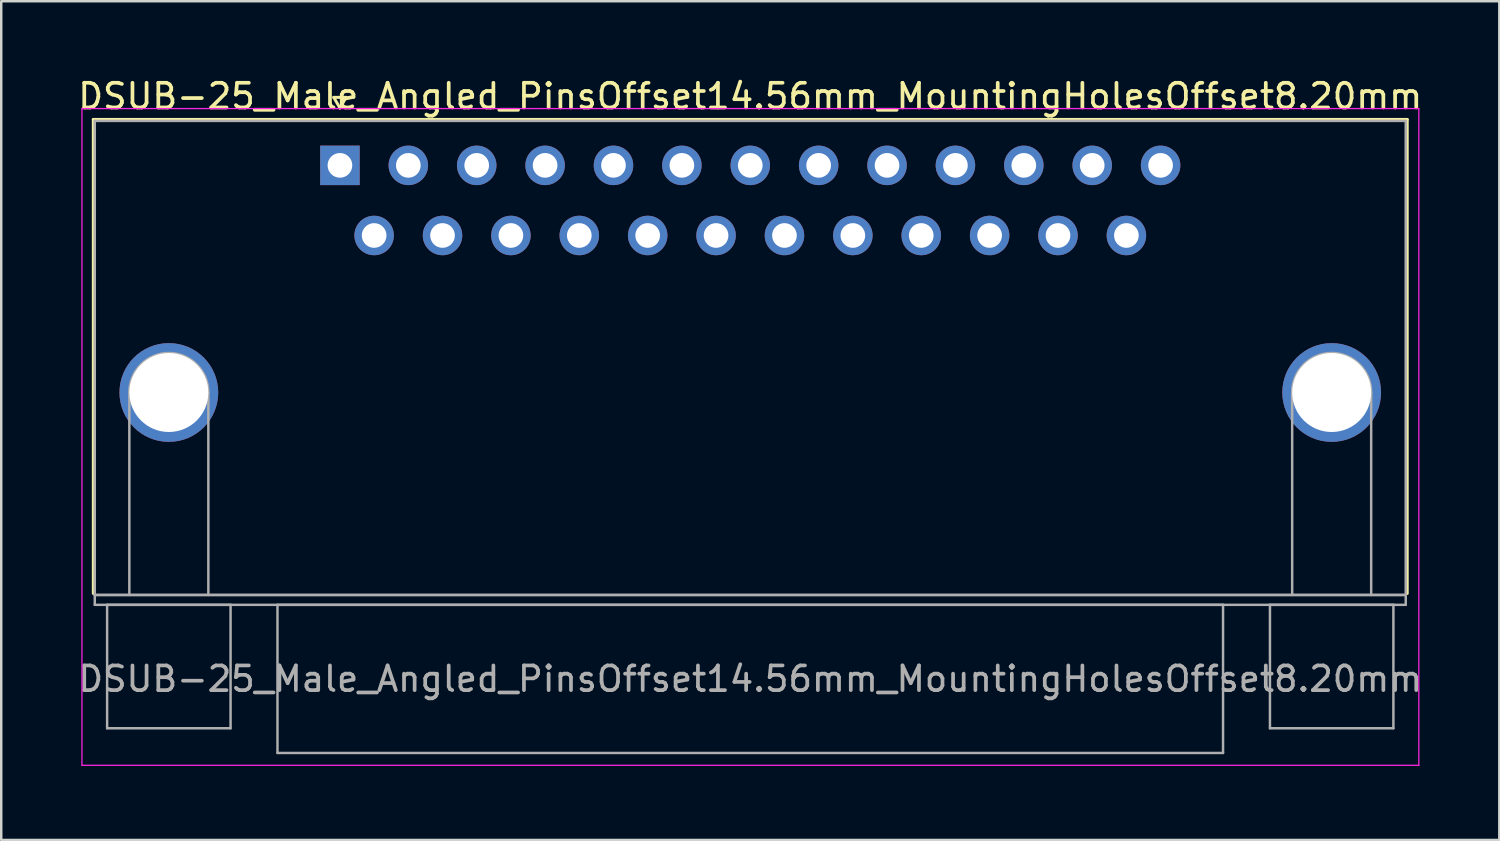
<source format=kicad_pcb>
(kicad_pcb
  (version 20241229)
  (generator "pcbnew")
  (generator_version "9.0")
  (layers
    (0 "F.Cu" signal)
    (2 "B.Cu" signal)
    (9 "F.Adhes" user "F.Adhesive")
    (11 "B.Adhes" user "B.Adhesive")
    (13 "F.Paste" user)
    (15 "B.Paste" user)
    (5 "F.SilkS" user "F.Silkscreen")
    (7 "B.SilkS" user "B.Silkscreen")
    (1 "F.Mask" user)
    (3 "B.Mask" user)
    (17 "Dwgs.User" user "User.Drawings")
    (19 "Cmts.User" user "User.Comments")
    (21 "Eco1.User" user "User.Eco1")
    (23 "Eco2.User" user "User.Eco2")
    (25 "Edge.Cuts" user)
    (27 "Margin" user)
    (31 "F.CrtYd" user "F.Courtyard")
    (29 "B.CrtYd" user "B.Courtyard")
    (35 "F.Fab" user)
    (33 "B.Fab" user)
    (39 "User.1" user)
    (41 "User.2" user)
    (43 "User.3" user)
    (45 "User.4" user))
  (footprint "DSUB-25_Male_Angled_PinsOffset14.56mm_MountingHolesOffset8.20mm"
    (layer "F.Cu")
    (at 10.719 3.648)
    (property "Reference" "DSUB-25_Male_Angled_PinsOffset14.56mm_MountingHolesOffset8.20mm" (at 16.62 -2.8 0) (layer "F.SilkS") (effects (font (size 1 1) (thickness 0.15))))
    (attr through_hole)
    (fp_line (start -9.99 -1.86) (end 43.23 -1.86) (stroke (width 0.12) (type solid)) (layer "F.SilkS"))
    (fp_line (start -9.99 17.34) (end -9.99 -1.86) (stroke (width 0.12) (type solid)) (layer "F.SilkS"))
    (fp_line (start -0.25 -2.754) (end 0.25 -2.754) (stroke (width 0.12) (type solid)) (layer "F.SilkS"))
    (fp_line (start 0 -2.321) (end -0.25 -2.754) (stroke (width 0.12) (type solid)) (layer "F.SilkS"))
    (fp_line (start 0.25 -2.754) (end 0 -2.321) (stroke (width 0.12) (type solid)) (layer "F.SilkS"))
    (fp_line (start 43.23 -1.86) (end 43.23 17.34) (stroke (width 0.12) (type solid)) (layer "F.SilkS"))
    (fp_line (start -10.45 -2.3) (end -10.45 24.3) (stroke (width 0.05) (type solid)) (layer "F.CrtYd"))
    (fp_line (start -10.45 24.3) (end 43.7 24.3) (stroke (width 0.05) (type solid)) (layer "F.CrtYd"))
    (fp_line (start 43.7 -2.3) (end -10.45 -2.3) (stroke (width 0.05) (type solid)) (layer "F.CrtYd"))
    (fp_line (start 43.7 24.3) (end 43.7 -2.3) (stroke (width 0.05) (type solid)) (layer "F.CrtYd"))
    (fp_line (start -9.93 -1.8) (end -9.93 17.4) (stroke (width 0.1) (type solid)) (layer "F.Fab"))
    (fp_line (start -9.93 17.4) (end -9.93 17.8) (stroke (width 0.1) (type solid)) (layer "F.Fab"))
    (fp_line (start -9.93 17.4) (end 43.17 17.4) (stroke (width 0.1) (type solid)) (layer "F.Fab"))
    (fp_line (start -9.93 17.8) (end 43.17 17.8) (stroke (width 0.1) (type solid)) (layer "F.Fab"))
    (fp_line (start -9.43 17.8) (end -9.43 22.8) (stroke (width 0.1) (type solid)) (layer "F.Fab"))
    (fp_line (start -9.43 22.8) (end -4.43 22.8) (stroke (width 0.1) (type solid)) (layer "F.Fab"))
    (fp_line (start -8.53 17.4) (end -8.53 9.2) (stroke (width 0.1) (type solid)) (layer "F.Fab"))
    (fp_line (start -5.33 17.4) (end -5.33 9.2) (stroke (width 0.1) (type solid)) (layer "F.Fab"))
    (fp_line (start -4.43 17.8) (end -9.43 17.8) (stroke (width 0.1) (type solid)) (layer "F.Fab"))
    (fp_line (start -4.43 22.8) (end -4.43 17.8) (stroke (width 0.1) (type solid)) (layer "F.Fab"))
    (fp_line (start -2.53 17.8) (end -2.53 23.8) (stroke (width 0.1) (type solid)) (layer "F.Fab"))
    (fp_line (start -2.53 23.8) (end 35.77 23.8) (stroke (width 0.1) (type solid)) (layer "F.Fab"))
    (fp_line (start 35.77 17.8) (end -2.53 17.8) (stroke (width 0.1) (type solid)) (layer "F.Fab"))
    (fp_line (start 35.77 23.8) (end 35.77 17.8) (stroke (width 0.1) (type solid)) (layer "F.Fab"))
    (fp_line (start 37.67 17.8) (end 37.67 22.8) (stroke (width 0.1) (type solid)) (layer "F.Fab"))
    (fp_line (start 37.67 22.8) (end 42.67 22.8) (stroke (width 0.1) (type solid)) (layer "F.Fab"))
    (fp_line (start 38.57 17.4) (end 38.57 9.2) (stroke (width 0.1) (type solid)) (layer "F.Fab"))
    (fp_line (start 41.77 17.4) (end 41.77 9.2) (stroke (width 0.1) (type solid)) (layer "F.Fab"))
    (fp_line (start 42.67 17.8) (end 37.67 17.8) (stroke (width 0.1) (type solid)) (layer "F.Fab"))
    (fp_line (start 42.67 22.8) (end 42.67 17.8) (stroke (width 0.1) (type solid)) (layer "F.Fab"))
    (fp_line (start 43.17 -1.8) (end -9.93 -1.8) (stroke (width 0.1) (type solid)) (layer "F.Fab"))
    (fp_line (start 43.17 17.4) (end -9.93 17.4) (stroke (width 0.1) (type solid)) (layer "F.Fab"))
    (fp_line (start 43.17 17.4) (end 43.17 -1.8) (stroke (width 0.1) (type solid)) (layer "F.Fab"))
    (fp_line (start 43.17 17.8) (end 43.17 17.4) (stroke (width 0.1) (type solid)) (layer "F.Fab"))
    (fp_arc (start -8.53 9.2) (mid -6.93 7.6) (end -5.33 9.2) (stroke (width 0.1) (type solid)) (layer "F.Fab"))
    (fp_arc (start 38.57 9.2) (mid 40.17 7.6) (end 41.77 9.2) (stroke (width 0.1) (type solid)) (layer "F.Fab"))
    (fp_text user "${REFERENCE}" (at 16.62 20.8 0) (layer "F.Fab") (effects (font (size 1 1) (thickness 0.15))))
    (pad "0" thru_hole circle (at -6.93 9.2) (size 4 4) (drill 3.2) (layers "*.Cu" "*.Mask"))
    (pad "0" thru_hole circle (at 40.17 9.2) (size 4 4) (drill 3.2) (layers "*.Cu" "*.Mask"))
    (pad "1" thru_hole rect (at 0 0) (size 1.6 1.6) (drill 1) (layers "*.Cu" "*.Mask"))
    (pad "2" thru_hole circle (at 2.77 0) (size 1.6 1.6) (drill 1) (layers "*.Cu" "*.Mask"))
    (pad "3" thru_hole circle (at 5.54 0) (size 1.6 1.6) (drill 1) (layers "*.Cu" "*.Mask"))
    (pad "4" thru_hole circle (at 8.31 0) (size 1.6 1.6) (drill 1) (layers "*.Cu" "*.Mask"))
    (pad "5" thru_hole circle (at 11.08 0) (size 1.6 1.6) (drill 1) (layers "*.Cu" "*.Mask"))
    (pad "6" thru_hole circle (at 13.85 0) (size 1.6 1.6) (drill 1) (layers "*.Cu" "*.Mask"))
    (pad "7" thru_hole circle (at 16.62 0) (size 1.6 1.6) (drill 1) (layers "*.Cu" "*.Mask"))
    (pad "8" thru_hole circle (at 19.39 0) (size 1.6 1.6) (drill 1) (layers "*.Cu" "*.Mask"))
    (pad "9" thru_hole circle (at 22.16 0) (size 1.6 1.6) (drill 1) (layers "*.Cu" "*.Mask"))
    (pad "10" thru_hole circle (at 24.93 0) (size 1.6 1.6) (drill 1) (layers "*.Cu" "*.Mask"))
    (pad "11" thru_hole circle (at 27.7 0) (size 1.6 1.6) (drill 1) (layers "*.Cu" "*.Mask"))
    (pad "12" thru_hole circle (at 30.47 0) (size 1.6 1.6) (drill 1) (layers "*.Cu" "*.Mask"))
    (pad "13" thru_hole circle (at 33.24 0) (size 1.6 1.6) (drill 1) (layers "*.Cu" "*.Mask"))
    (pad "14" thru_hole circle (at 1.385 2.84) (size 1.6 1.6) (drill 1) (layers "*.Cu" "*.Mask"))
    (pad "15" thru_hole circle (at 4.155 2.84) (size 1.6 1.6) (drill 1) (layers "*.Cu" "*.Mask"))
    (pad "16" thru_hole circle (at 6.925 2.84) (size 1.6 1.6) (drill 1) (layers "*.Cu" "*.Mask"))
    (pad "17" thru_hole circle (at 9.695 2.84) (size 1.6 1.6) (drill 1) (layers "*.Cu" "*.Mask"))
    (pad "18" thru_hole circle (at 12.465 2.84) (size 1.6 1.6) (drill 1) (layers "*.Cu" "*.Mask"))
    (pad "19" thru_hole circle (at 15.235 2.84) (size 1.6 1.6) (drill 1) (layers "*.Cu" "*.Mask"))
    (pad "20" thru_hole circle (at 18.005 2.84) (size 1.6 1.6) (drill 1) (layers "*.Cu" "*.Mask"))
    (pad "21" thru_hole circle (at 20.775 2.84) (size 1.6 1.6) (drill 1) (layers "*.Cu" "*.Mask"))
    (pad "22" thru_hole circle (at 23.545 2.84) (size 1.6 1.6) (drill 1) (layers "*.Cu" "*.Mask"))
    (pad "23" thru_hole circle (at 26.315 2.84) (size 1.6 1.6) (drill 1) (layers "*.Cu" "*.Mask"))
    (pad "24" thru_hole circle (at 29.085 2.84) (size 1.6 1.6) (drill 1) (layers "*.Cu" "*.Mask"))
    (pad "25" thru_hole circle (at 31.855 2.84) (size 1.6 1.6) (drill 1) (layers "*.Cu" "*.Mask")))
  (gr_rect
    (start -3 -3)
    (end 57.679 30.973)
    (stroke (width 0.1) (type default))
    (fill no)
    (layer "Edge.Cuts")))
</source>
